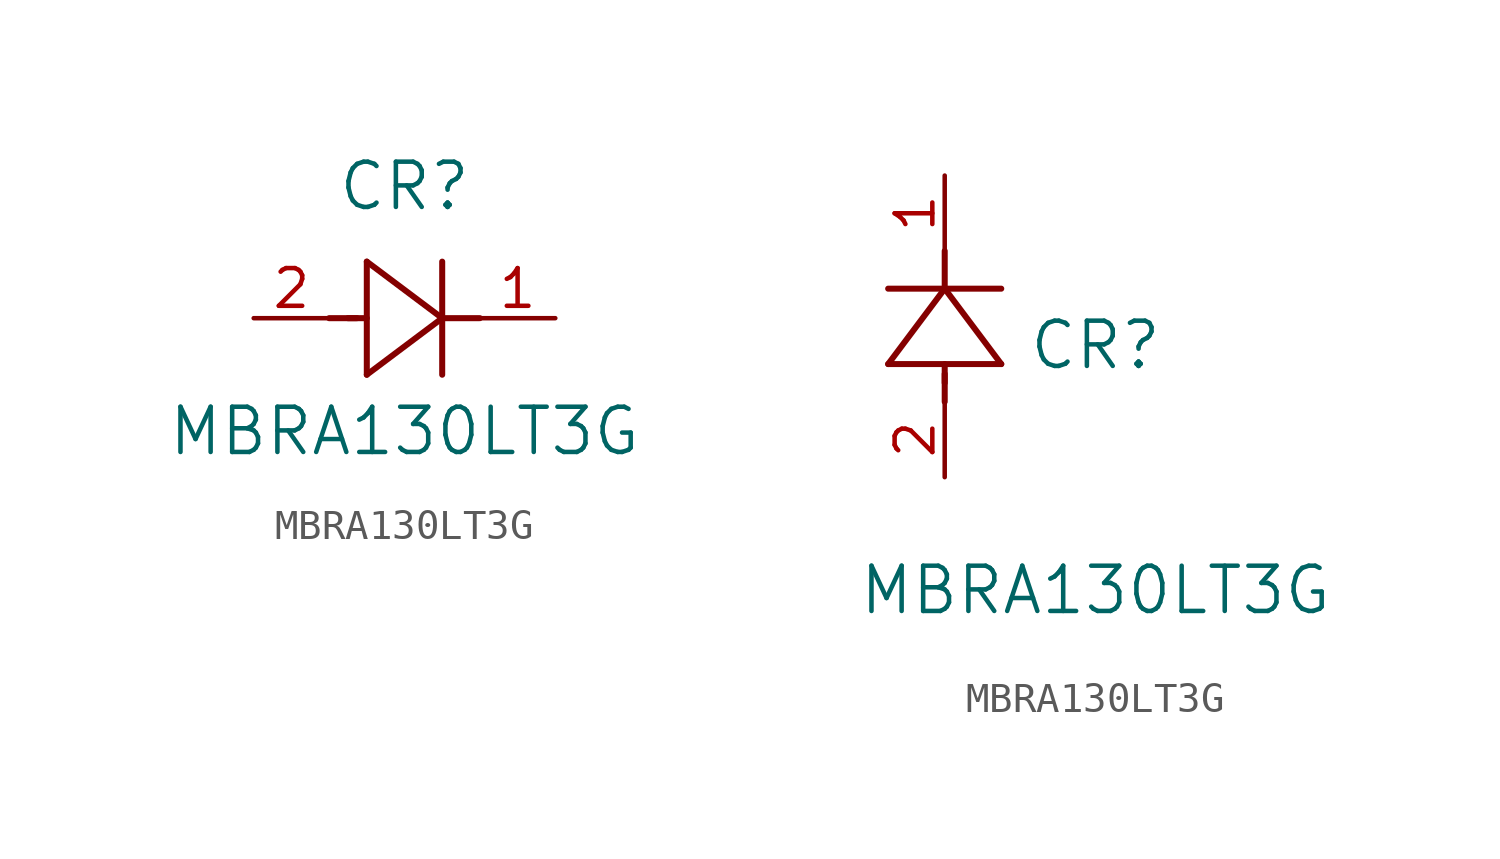
<source format=kicad_sym>
(kicad_symbol_lib
  (version 20211014)
  (generator kicad_symbol_editor)
  (symbol "MBRA130LT3G"
    (pin_names
      (offset 0.254))
    (property "Reference" "CR"
      (at 5.08 4.445 0)
      (effects (font (size 1.524 1.524))))
    (property "Value" "MBRA130LT3G"
      (at 5.08 -3.81 0)
      (effects (font (size 1.524 1.524))))
    (symbol "MBRA130LT3G_1_1"
      (polyline (pts (xy 2.54 0) (xy 3.48 0)) (stroke (width 0.203) (type default) (color 0 0 0 0)) (fill (type none)))
      (polyline (pts (xy 3.81 1.905) (xy 3.81 -1.905)) (stroke (width 0.203) (type default) (color 0 0 0 0)) (fill (type none)))
      (polyline (pts (xy 3.175 0) (xy 3.81 0)) (stroke (width 0.203) (type default) (color 0 0 0 0)) (fill (type none)))
      (polyline (pts (xy 6.35 -1.905) (xy 6.35 1.905)) (stroke (width 0.203) (type default) (color 0 0 0 0)) (fill (type none)))
      (polyline (pts (xy 6.35 0) (xy 7.62 0)) (stroke (width 0.203) (type default) (color 0 0 0 0)) (fill (type none)))
      (polyline (pts (xy 6.35 0) (xy 3.81 1.905)) (stroke (width 0.203) (type default) (color 0 0 0 0)) (fill (type none)))
      (polyline (pts (xy 3.81 -1.905) (xy 6.35 0)) (stroke (width 0.203) (type default) (color 0 0 0 0)) (fill (type none)))
      (pin unspecified line (at 0 0 0) (length 2.54) (name "" (effects (font (size 1.27 1.27)))) (number "2" (effects (font (size 1.27 1.27)))))
      (pin unspecified line (at 10.16 0 180) (length 2.54) (name "" (effects (font (size 1.27 1.27)))) (number "1" (effects (font (size 1.27 1.27))))))
    (symbol "MBRA130LT3G_1_2"
      (polyline (pts (xy 0 2.54) (xy 0 3.48)) (stroke (width 0.203) (type default) (color 0 0 0 0)) (fill (type none)))
      (polyline (pts (xy -1.905 3.81) (xy 1.905 3.81)) (stroke (width 0.203) (type default) (color 0 0 0 0)) (fill (type none)))
      (polyline (pts (xy 0 3.175) (xy 0 3.81)) (stroke (width 0.203) (type default) (color 0 0 0 0)) (fill (type none)))
      (polyline (pts (xy 1.905 6.35) (xy -1.905 6.35)) (stroke (width 0.203) (type default) (color 0 0 0 0)) (fill (type none)))
      (polyline (pts (xy 0 6.35) (xy 0 7.62)) (stroke (width 0.203) (type default) (color 0 0 0 0)) (fill (type none)))
      (polyline (pts (xy 0 6.35) (xy -1.905 3.81)) (stroke (width 0.203) (type default) (color 0 0 0 0)) (fill (type none)))
      (polyline (pts (xy 1.905 3.81) (xy 0 6.35)) (stroke (width 0.203) (type default) (color 0 0 0 0)) (fill (type none)))
      (pin unspecified line (at 0 0 90) (length 2.54) (name "" (effects (font (size 1.27 1.27)))) (number "2" (effects (font (size 1.27 1.27)))))
      (pin unspecified line (at 0 10.16 270) (length 2.54) (name "" (effects (font (size 1.27 1.27)))) (number "1" (effects (font (size 1.27 1.27))))))))
</source>
